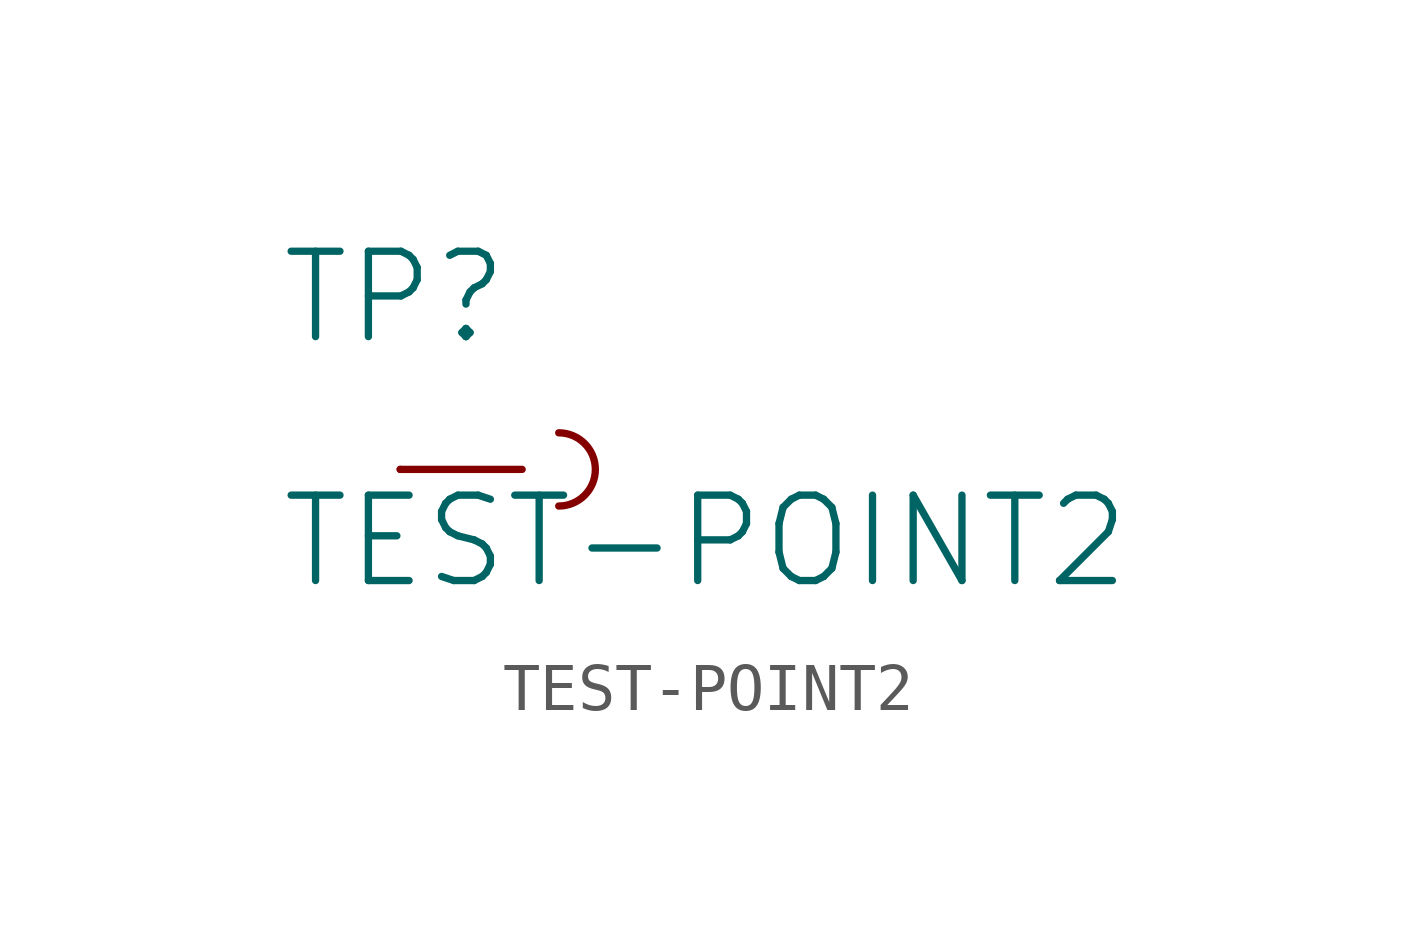
<source format=kicad_sym>
(kicad_symbol_lib
  (version 20211014)
  (generator kicad_symbol_editor)
  (symbol "TEST-POINT2"
    (property "Reference" "TP"
      (at -2.54 2.54 0)
      (effects (font (size 1.778 1.778)) (justify left bottom)))
    (property "Value" "TEST-POINT2"
      (at -2.54 -2.54 0)
      (effects (font (size 1.778 1.778)) (justify left bottom)))
    (property "ki_locked" ""
      (at 0 0 0)
      (effects (font (size 1.27 1.27))))
    (symbol "TEST-POINT2_1_0"
      (polyline (pts (xy 2.54 0) (xy 0 0)) (stroke (width 0.152) (type default) (color 0 0 0 0)) (fill (type none)))
      (arc (start 3.302 -0.762) (mid 4.064 0) (end 3.302 0.762) (stroke (width 0.1524) (type default) (color 0 0 0 0)) (fill (type none)))
      (pin bidirectional line (at 0 0 180) (length 0) (name "1" (effects (font (size 0 0)))) (number "1" (effects (font (size 0 0))))))))
</source>
